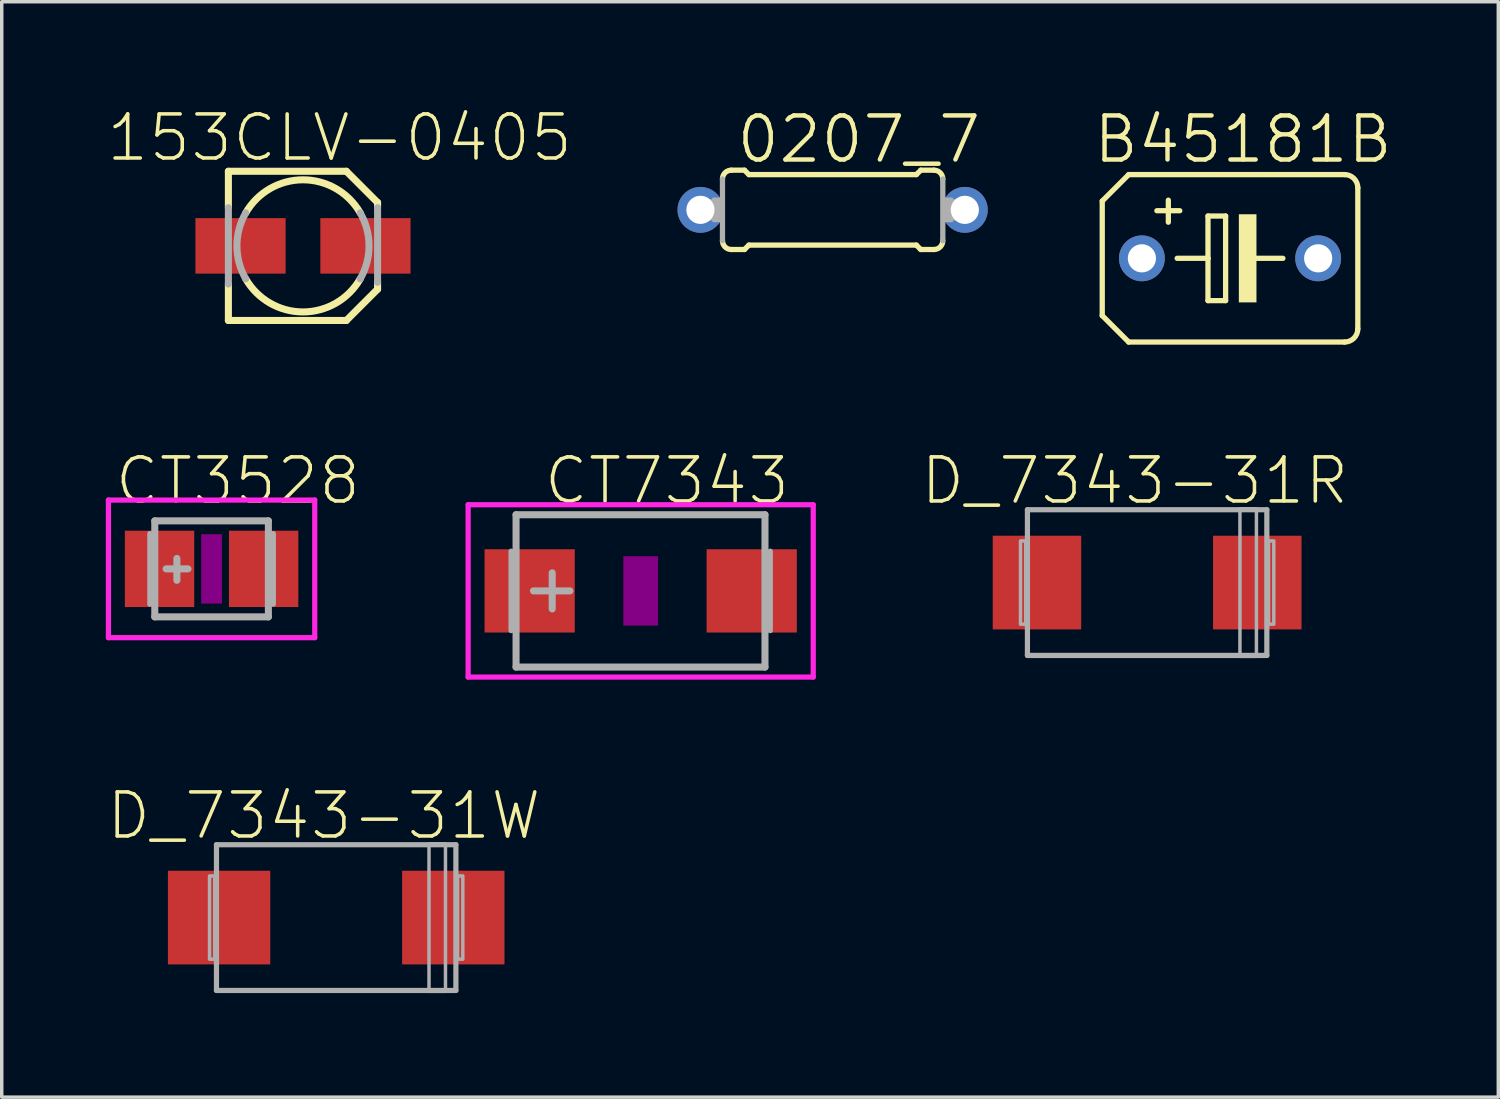
<source format=kicad_pcb>
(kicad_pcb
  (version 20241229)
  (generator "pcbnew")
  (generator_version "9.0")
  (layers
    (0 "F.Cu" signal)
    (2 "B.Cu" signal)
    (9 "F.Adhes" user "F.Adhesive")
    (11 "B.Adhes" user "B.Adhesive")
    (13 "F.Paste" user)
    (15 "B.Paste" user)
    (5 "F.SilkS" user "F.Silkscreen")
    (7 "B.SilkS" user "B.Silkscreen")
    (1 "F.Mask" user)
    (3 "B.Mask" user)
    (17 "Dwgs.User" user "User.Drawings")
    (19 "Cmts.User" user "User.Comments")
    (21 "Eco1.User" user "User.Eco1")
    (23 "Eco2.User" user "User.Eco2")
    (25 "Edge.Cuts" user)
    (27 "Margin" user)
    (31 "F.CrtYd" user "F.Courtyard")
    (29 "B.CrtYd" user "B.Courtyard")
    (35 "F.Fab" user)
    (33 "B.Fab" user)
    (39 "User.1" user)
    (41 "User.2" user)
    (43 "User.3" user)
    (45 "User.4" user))
  (footprint "CT7343"
    (layer "F.Cu")
    (at 15.415 13.98)
    (property "Reference" "CT7343" (at 0.756 -3.175 0) (layer "F.SilkS") (effects (font (size 1.27 1.27) (thickness 0.102))))
    (attr through_hole)
    (fp_poly (pts (xy -0.5 -1) (xy 0.5 -1) (xy 0.5 1) (xy -0.5 1)) (stroke (width 0) (type solid)) (fill yes) (layer "F.Adhes"))
    (fp_line (start -4.973 -2.483) (end 4.973 -2.483) (stroke (width 0.15) (type solid)) (layer "F.CrtYd"))
    (fp_line (start -4.973 2.483) (end -4.973 -2.483) (stroke (width 0.15) (type solid)) (layer "F.CrtYd"))
    (fp_line (start 4.973 -2.483) (end 4.973 2.483) (stroke (width 0.15) (type solid)) (layer "F.CrtYd"))
    (fp_line (start 4.973 2.483) (end -4.973 2.483) (stroke (width 0.15) (type solid)) (layer "F.CrtYd"))
    (fp_line (start -3.734 -1.143) (end -3.734 1.143) (stroke (width 0.152) (type solid)) (layer "F.Fab"))
    (fp_line (start -3.592 2.195) (end -3.592 -2.195) (stroke (width 0.203) (type solid)) (layer "F.Fab"))
    (fp_line (start -2.55 -0.52) (end -2.55 0.52) (stroke (width 0.203) (type solid)) (layer "F.Fab"))
    (fp_line (start -2.04 0) (end -3.09 0) (stroke (width 0.203) (type solid)) (layer "F.Fab"))
    (fp_line (start 3.582 -2.195) (end -3.592 -2.195) (stroke (width 0.203) (type solid)) (layer "F.Fab"))
    (fp_line (start 3.582 2.195) (end -3.592 2.195) (stroke (width 0.203) (type solid)) (layer "F.Fab"))
    (fp_line (start 3.582 2.195) (end 3.582 -2.195) (stroke (width 0.203) (type solid)) (layer "F.Fab"))
    (fp_line (start 3.734 -1.143) (end 3.734 1.143) (stroke (width 0.152) (type solid)) (layer "F.Fab"))
    (pad "+" smd rect (at -3.2 0) (size 2.6 2.4) (layers "F.Cu" "F.Mask" "F.Paste"))
    (pad "-" smd rect (at 3.2 0) (size 2.6 2.4) (layers "F.Cu" "F.Mask" "F.Paste")))
  (footprint "CT3528"
    (layer "F.Cu")
    (at 3.048 13.345)
    (property "Reference" "CT3528" (at 0.756 -2.54 0) (layer "F.SilkS") (effects (font (size 1.27 1.27) (thickness 0.102))))
    (attr through_hole)
    (fp_poly (pts (xy -0.3 -1) (xy 0.3 -1) (xy 0.3 1) (xy -0.3 1)) (stroke (width 0) (type solid)) (fill yes) (layer "F.Adhes"))
    (fp_line (start -2.973 -1.983) (end 2.973 -1.983) (stroke (width 0.15) (type solid)) (layer "F.CrtYd"))
    (fp_line (start -2.973 1.983) (end -2.973 -1.983) (stroke (width 0.15) (type solid)) (layer "F.CrtYd"))
    (fp_line (start 2.973 -1.983) (end 2.973 1.983) (stroke (width 0.15) (type solid)) (layer "F.CrtYd"))
    (fp_line (start 2.973 1.983) (end -2.973 1.983) (stroke (width 0.15) (type solid)) (layer "F.CrtYd"))
    (fp_line (start -1.778 -1.016) (end -1.778 1.016) (stroke (width 0.152) (type solid)) (layer "F.Fab"))
    (fp_line (start -1.637 1.383) (end -1.637 -1.383) (stroke (width 0.203) (type solid)) (layer "F.Fab"))
    (fp_line (start -1 -0.3) (end -1 0.33) (stroke (width 0.203) (type solid)) (layer "F.Fab"))
    (fp_line (start -0.68 0) (end -1.31 0) (stroke (width 0.203) (type solid)) (layer "F.Fab"))
    (fp_line (start 1.637 -1.383) (end -1.637 -1.383) (stroke (width 0.203) (type solid)) (layer "F.Fab"))
    (fp_line (start 1.637 1.383) (end -1.637 1.383) (stroke (width 0.203) (type solid)) (layer "F.Fab"))
    (fp_line (start 1.637 1.383) (end 1.637 -1.383) (stroke (width 0.203) (type solid)) (layer "F.Fab"))
    (fp_line (start 1.778 -1.016) (end 1.778 1.016) (stroke (width 0.152) (type solid)) (layer "F.Fab"))
    (pad "+" smd rect (at -1.5 0) (size 2 2.2) (layers "F.Cu" "F.Mask" "F.Paste"))
    (pad "-" smd rect (at 1.5 0) (size 2 2.2) (layers "F.Cu" "F.Mask" "F.Paste")))
  (footprint "153CLV-0405"
    (layer "F.Cu")
    (at 5.682 4.036)
    (property "Reference" "153CLV-0405" (at 1.056 -3.115 0) (layer "F.SilkS") (effects (font (size 1.27 1.27) (thickness 0.102))))
    (attr through_hole)
    (fp_line (start -2.15 -2.15) (end 1.25 -2.15) (stroke (width 0.203) (type solid)) (layer "F.SilkS"))
    (fp_line (start -2.15 -1.1) (end -2.15 -2.15) (stroke (width 0.203) (type solid)) (layer "F.SilkS"))
    (fp_line (start -2.15 2.15) (end -2.15 1.1) (stroke (width 0.203) (type solid)) (layer "F.SilkS"))
    (fp_line (start 1.25 -2.15) (end 2.15 -1.25) (stroke (width 0.203) (type solid)) (layer "F.SilkS"))
    (fp_line (start 1.25 2.15) (end -2.15 2.15) (stroke (width 0.203) (type solid)) (layer "F.SilkS"))
    (fp_line (start 2.15 -1.25) (end 2.15 -1.1) (stroke (width 0.203) (type solid)) (layer "F.SilkS"))
    (fp_line (start 2.15 1.05) (end 2.15 1.25) (stroke (width 0.203) (type solid)) (layer "F.SilkS"))
    (fp_line (start 2.15 1.25) (end 1.25 2.15) (stroke (width 0.203) (type solid)) (layer "F.SilkS"))
    (fp_arc (start -1.65 -0.95) (mid 0 -1.903943) (end 1.65 -0.949999) (stroke (width 0.2032) (type solid)) (layer "F.SilkS"))
    (fp_arc (start 1.65 0.949999) (mid 0 1.903943) (end -1.65 0.95) (stroke (width 0.2032) (type solid)) (layer "F.SilkS"))
    (fp_line (start -2.15 1.1) (end -2.15 -1.1) (stroke (width 0.203) (type solid)) (layer "F.Fab"))
    (fp_line (start 2.15 -1.1) (end 2.15 1.05) (stroke (width 0.203) (type solid)) (layer "F.Fab"))
    (fp_arc (start -1.65 0.95) (mid -1.903943 0) (end -1.65 -0.95) (stroke (width 0.2032) (type solid)) (layer "F.Fab"))
    (fp_arc (start 1.65 -0.95) (mid 1.903943 0) (end 1.65 0.95) (stroke (width 0.2032) (type solid)) (layer "F.Fab"))
    (pad "+" smd rect (at 1.8 0) (size 2.6 1.6) (layers "F.Cu" "F.Mask" "F.Paste"))
    (pad "-" smd rect (at -1.8 0) (size 2.6 1.6) (layers "F.Cu" "F.Mask" "F.Paste")))
  (footprint "B45181B"
    (layer "F.Cu")
    (at 32.4 4.395)
    (property "Reference" "B45181B" (at 0.375 -3.429 0) (layer "F.SilkS") (effects (font (size 1.27 1.27) (thickness 0.127))))
    (attr through_hole)
    (fp_line (start -3.683 -1.651) (end -3.683 1.651) (stroke (width 0.152) (type solid)) (layer "F.SilkS"))
    (fp_line (start -3.683 -1.651) (end -2.921 -2.413) (stroke (width 0.152) (type solid)) (layer "F.SilkS"))
    (fp_line (start -2.921 2.413) (end -3.683 1.651) (stroke (width 0.152) (type solid)) (layer "F.SilkS"))
    (fp_line (start -2.921 2.413) (end 3.302 2.413) (stroke (width 0.152) (type solid)) (layer "F.SilkS"))
    (fp_line (start -1.778 -1.676) (end -1.778 -1.041) (stroke (width 0.152) (type solid)) (layer "F.SilkS"))
    (fp_line (start -1.524 0) (end -0.635 0) (stroke (width 0.152) (type solid)) (layer "F.SilkS"))
    (fp_line (start -1.448 -1.372) (end -2.108 -1.372) (stroke (width 0.152) (type solid)) (layer "F.SilkS"))
    (fp_line (start -0.635 -1.219) (end -0.635 0) (stroke (width 0.152) (type solid)) (layer "F.SilkS"))
    (fp_line (start -0.635 0) (end -0.635 1.219) (stroke (width 0.152) (type solid)) (layer "F.SilkS"))
    (fp_line (start -0.635 1.219) (end -0.127 1.219) (stroke (width 0.152) (type solid)) (layer "F.SilkS"))
    (fp_line (start -0.127 -1.219) (end -0.635 -1.219) (stroke (width 0.152) (type solid)) (layer "F.SilkS"))
    (fp_line (start -0.127 1.219) (end -0.127 -1.219) (stroke (width 0.152) (type solid)) (layer "F.SilkS"))
    (fp_line (start 0.635 0) (end 1.524 0) (stroke (width 0.152) (type solid)) (layer "F.SilkS"))
    (fp_line (start 3.302 -2.413) (end -2.921 -2.413) (stroke (width 0.152) (type solid)) (layer "F.SilkS"))
    (fp_line (start 3.683 -2.032) (end 3.683 2.032) (stroke (width 0.152) (type solid)) (layer "F.SilkS"))
    (fp_arc (start 3.302 -2.413) (mid 3.571408 -2.301408) (end 3.683 -2.032) (stroke (width 0.1524) (type solid)) (layer "F.SilkS"))
    (fp_arc (start 3.683 2.032) (mid 3.571408 2.301408) (end 3.302 2.413) (stroke (width 0.1524) (type solid)) (layer "F.SilkS"))
    (fp_poly (pts (xy 0.254 -1.27) (xy 0.762 -1.27) (xy 0.762 1.27) (xy 0.254 1.27)) (stroke (width 0) (type solid)) (fill yes) (layer "F.SilkS"))
    (pad "+" thru_hole circle (at -2.54 0) (size 1.321 1.321) (drill 0.813) (layers "*.Cu" "*.Mask"))
    (pad "-" thru_hole circle (at 2.54 0) (size 1.321 1.321) (drill 0.813) (layers "*.Cu" "*.Mask")))
  (footprint "D_7343-31W"
    (layer "F.Cu")
    (at 6.639 23.395)
    (property "Reference" "D_7343-31W" (at -0.354 -2.935 0) (layer "F.SilkS") (effects (font (size 1.27 1.27) (thickness 0.102))))
    (attr through_hole)
    (fp_line (start -3.45 -2.1) (end 3.45 -2.1) (stroke (width 0.15) (type solid)) (layer "F.Fab"))
    (fp_line (start -3.45 2.1) (end -3.45 -2.1) (stroke (width 0.15) (type solid)) (layer "F.Fab"))
    (fp_line (start 3.45 -2.1) (end 3.45 2.1) (stroke (width 0.15) (type solid)) (layer "F.Fab"))
    (fp_line (start 3.45 2.1) (end -3.45 2.1) (stroke (width 0.15) (type solid)) (layer "F.Fab"))
    (fp_poly (pts (xy -3.65 -1.2) (xy -3.5 -1.2) (xy -3.5 1.2) (xy -3.65 1.2)) (stroke (width 0.1) (type solid)) (fill no) (layer "F.Fab"))
    (fp_poly (pts (xy 2.675 -2.125) (xy 3.15 -2.125) (xy 3.15 2.125) (xy 2.675 2.125)) (stroke (width 0.1) (type solid)) (fill no) (layer "F.Fab"))
    (fp_poly (pts (xy 3.5 -1.2) (xy 3.65 -1.2) (xy 3.65 1.2) (xy 3.5 1.2)) (stroke (width 0.1) (type solid)) (fill no) (layer "F.Fab"))
    (pad "+" smd rect (at 3.375 0) (size 2.95 2.7) (layers "F.Cu" "F.Mask" "F.Paste"))
    (pad "-" smd rect (at -3.375 0) (size 2.95 2.7) (layers "F.Cu" "F.Mask" "F.Paste")))
  (footprint "0207_7"
    (layer "F.Cu")
    (at 20.947 2.998)
    (property "Reference" "0207_7" (at 0.756 -2.032 0) (layer "F.SilkS") (effects (font (size 1.27 1.27) (thickness 0.127))))
    (attr through_hole)
    (fp_line (start -2.921 -1.143) (end -2.54 -1.143) (stroke (width 0.152) (type solid)) (layer "F.SilkS"))
    (fp_line (start -2.921 1.143) (end -2.54 1.143) (stroke (width 0.152) (type solid)) (layer "F.SilkS"))
    (fp_line (start -2.413 -1.016) (end -2.54 -1.143) (stroke (width 0.152) (type solid)) (layer "F.SilkS"))
    (fp_line (start -2.413 1.016) (end -2.54 1.143) (stroke (width 0.152) (type solid)) (layer "F.SilkS"))
    (fp_line (start 2.413 -1.016) (end -2.413 -1.016) (stroke (width 0.152) (type solid)) (layer "F.SilkS"))
    (fp_line (start 2.413 -1.016) (end 2.54 -1.143) (stroke (width 0.152) (type solid)) (layer "F.SilkS"))
    (fp_line (start 2.413 1.016) (end -2.413 1.016) (stroke (width 0.152) (type solid)) (layer "F.SilkS"))
    (fp_line (start 2.413 1.016) (end 2.54 1.143) (stroke (width 0.152) (type solid)) (layer "F.SilkS"))
    (fp_line (start 2.921 -1.143) (end 2.54 -1.143) (stroke (width 0.152) (type solid)) (layer "F.SilkS"))
    (fp_line (start 2.921 1.143) (end 2.54 1.143) (stroke (width 0.152) (type solid)) (layer "F.SilkS"))
    (fp_arc (start -3.175 -0.889) (mid -3.100605 -1.068605) (end -2.921 -1.143) (stroke (width 0.1524) (type solid)) (layer "F.SilkS"))
    (fp_arc (start -2.921 1.143) (mid -3.100605 1.068605) (end -3.175 0.889) (stroke (width 0.1524) (type solid)) (layer "F.SilkS"))
    (fp_arc (start 2.921 -1.143) (mid 3.100605 -1.068605) (end 3.175 -0.889) (stroke (width 0.1524) (type solid)) (layer "F.SilkS"))
    (fp_arc (start 3.175 0.889) (mid 3.100605 1.068605) (end 2.921 1.143) (stroke (width 0.1524) (type solid)) (layer "F.SilkS"))
    (fp_line (start -3.81 0) (end -3.429 0) (stroke (width 0.61) (type solid)) (layer "F.Fab"))
    (fp_line (start -3.175 0.889) (end -3.175 -0.889) (stroke (width 0.152) (type solid)) (layer "F.Fab"))
    (fp_line (start 3.175 0.889) (end 3.175 -0.889) (stroke (width 0.152) (type solid)) (layer "F.Fab"))
    (fp_line (start 3.429 0) (end 3.81 0) (stroke (width 0.61) (type solid)) (layer "F.Fab"))
    (fp_poly (pts (xy -3.429 -0.305) (xy -3.175 -0.305) (xy -3.175 0.305) (xy -3.429 0.305)) (stroke (width 0.1) (type solid)) (fill no) (layer "F.Fab"))
    (fp_poly (pts (xy 3.175 -0.305) (xy 3.429 -0.305) (xy 3.429 0.305) (xy 3.175 0.305)) (stroke (width 0.1) (type solid)) (fill no) (layer "F.Fab"))
    (pad "1" thru_hole circle (at -3.81 0) (size 1.321 1.321) (drill 0.813) (layers "*.Cu" "*.Mask"))
    (pad "2" thru_hole circle (at 3.81 0) (size 1.321 1.321) (drill 0.813) (layers "*.Cu" "*.Mask")))
  (footprint "D_7343-31R"
    (layer "F.Cu")
    (at 30.011 13.74)
    (property "Reference" "D_7343-31R" (at -0.354 -2.935 0) (layer "F.SilkS") (effects (font (size 1.27 1.27) (thickness 0.102))))
    (attr through_hole)
    (fp_line (start -3.45 -2.1) (end 3.45 -2.1) (stroke (width 0.15) (type solid)) (layer "F.Fab"))
    (fp_line (start -3.45 2.1) (end -3.45 -2.1) (stroke (width 0.15) (type solid)) (layer "F.Fab"))
    (fp_line (start 3.45 -2.1) (end 3.45 2.1) (stroke (width 0.15) (type solid)) (layer "F.Fab"))
    (fp_line (start 3.45 2.1) (end -3.45 2.1) (stroke (width 0.15) (type solid)) (layer "F.Fab"))
    (fp_poly (pts (xy -3.65 -1.2) (xy -3.5 -1.2) (xy -3.5 1.2) (xy -3.65 1.2)) (stroke (width 0.1) (type solid)) (fill no) (layer "F.Fab"))
    (fp_poly (pts (xy 2.675 -2.125) (xy 3.15 -2.125) (xy 3.15 2.125) (xy 2.675 2.125)) (stroke (width 0.1) (type solid)) (fill no) (layer "F.Fab"))
    (fp_poly (pts (xy 3.5 -1.2) (xy 3.65 -1.2) (xy 3.65 1.2) (xy 3.5 1.2)) (stroke (width 0.1) (type solid)) (fill no) (layer "F.Fab"))
    (pad "+" smd rect (at 3.175 0) (size 2.55 2.7) (layers "F.Cu" "F.Mask" "F.Paste"))
    (pad "-" smd rect (at -3.175 0) (size 2.55 2.7) (layers "F.Cu" "F.Mask" "F.Paste")))
  (gr_rect
    (start -3 -3)
    (end 40.132 28.57)
    (stroke (width 0.1) (type default))
    (fill no)
    (layer "Edge.Cuts")))
</source>
